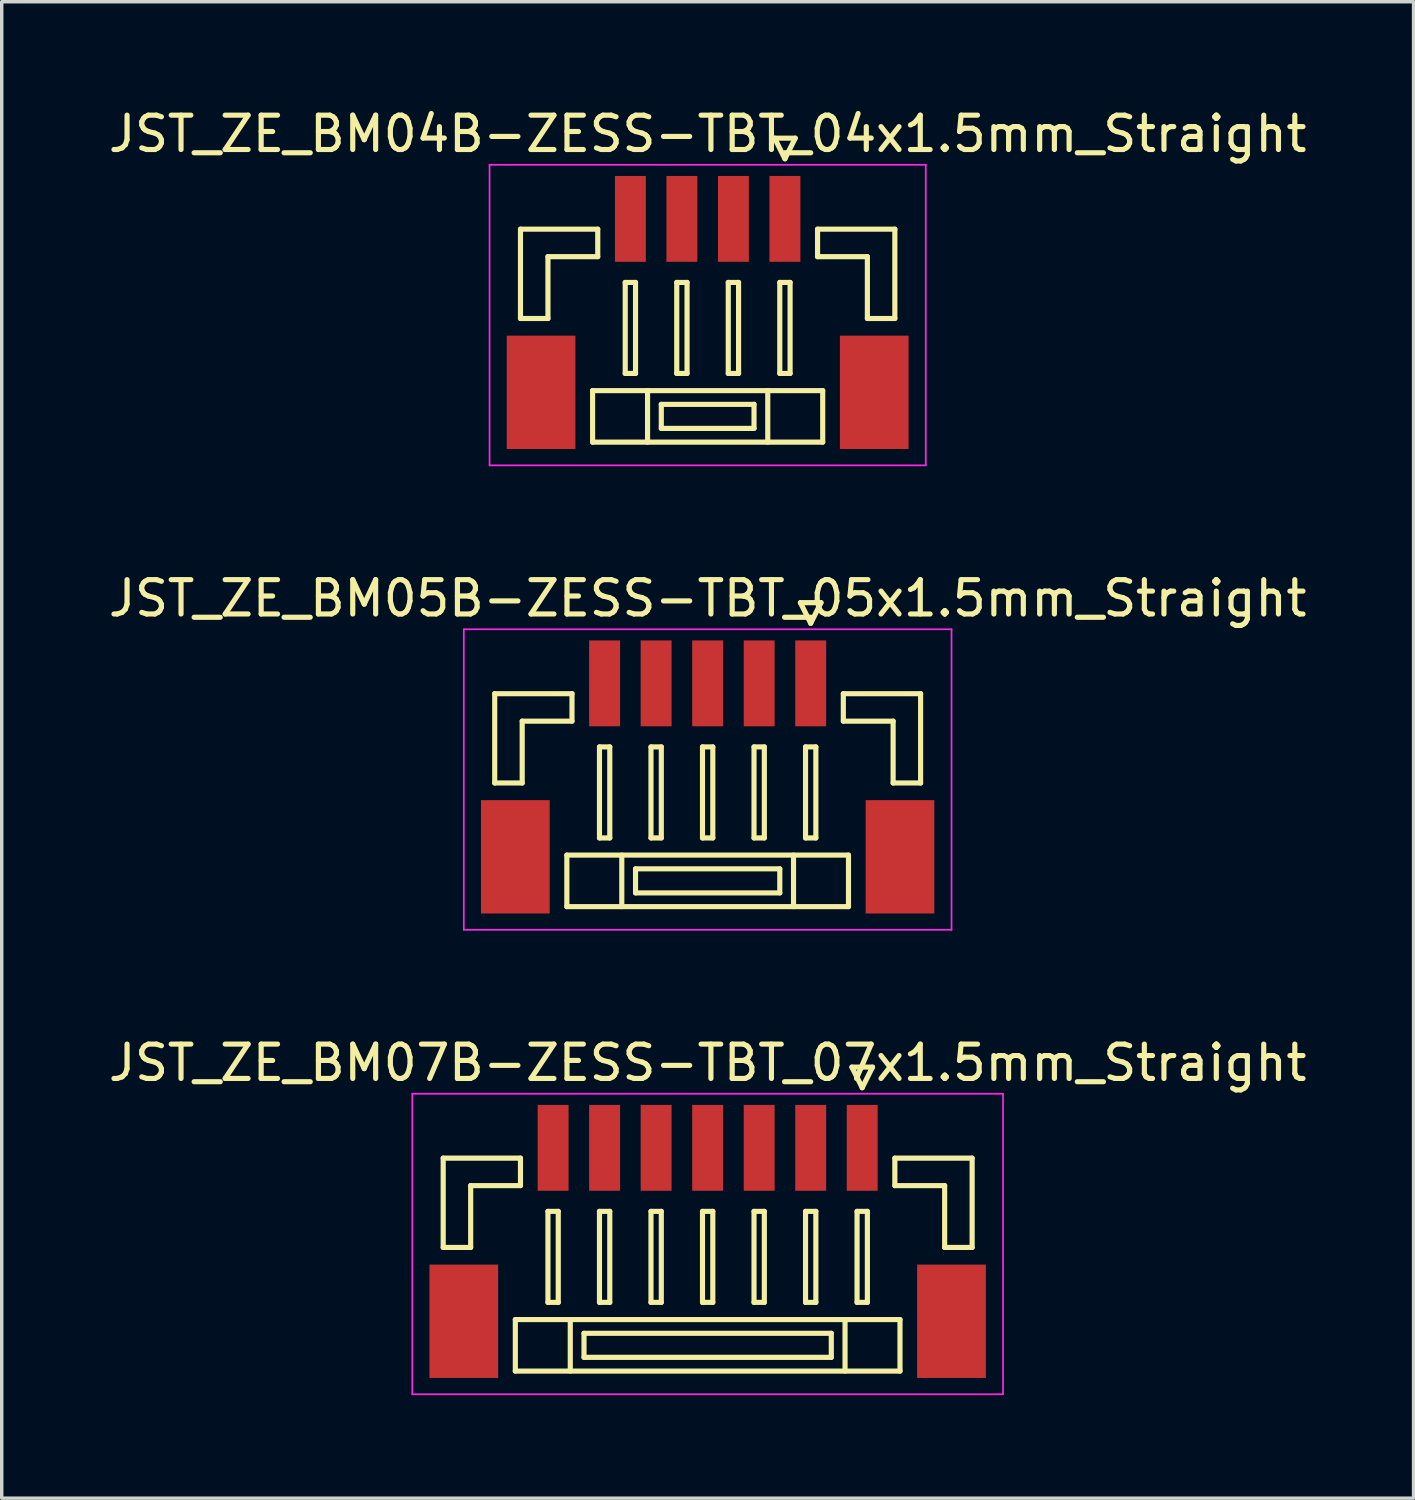
<source format=kicad_pcb>
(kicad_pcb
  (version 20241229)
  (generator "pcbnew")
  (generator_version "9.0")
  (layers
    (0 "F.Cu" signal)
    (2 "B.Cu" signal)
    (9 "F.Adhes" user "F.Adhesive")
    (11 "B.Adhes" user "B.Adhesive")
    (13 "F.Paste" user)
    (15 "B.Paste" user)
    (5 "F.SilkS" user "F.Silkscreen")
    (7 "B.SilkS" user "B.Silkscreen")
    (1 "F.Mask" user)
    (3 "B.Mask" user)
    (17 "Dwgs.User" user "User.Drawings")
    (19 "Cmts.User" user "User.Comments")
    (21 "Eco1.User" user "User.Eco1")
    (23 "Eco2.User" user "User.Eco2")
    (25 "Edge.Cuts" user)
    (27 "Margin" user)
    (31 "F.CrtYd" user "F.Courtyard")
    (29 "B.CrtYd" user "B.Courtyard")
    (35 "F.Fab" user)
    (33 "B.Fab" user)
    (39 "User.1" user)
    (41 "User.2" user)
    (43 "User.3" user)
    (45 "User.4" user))
  (footprint "JST_ZE_BM07B-ZESS-TBT_07x1.5mm_Straight"
    (layer "F.Cu")
    (at 17.554 32.895)
    (property "Reference" "JST_ZE_BM07B-ZESS-TBT_07x1.5mm_Straight" (at 0 -5 0) (layer "F.SilkS") (effects (font (size 1 1) (thickness 0.15))))
    (attr smd)
    (fp_line (start -7.7 -2.225) (end -7.7 0.375) (stroke (width 0.15) (type solid)) (layer "F.SilkS"))
    (fp_line (start -7.7 0.375) (end -6.9 0.375) (stroke (width 0.15) (type solid)) (layer "F.SilkS"))
    (fp_line (start -6.9 -1.425) (end -5.45 -1.425) (stroke (width 0.15) (type solid)) (layer "F.SilkS"))
    (fp_line (start -6.9 0.375) (end -6.9 -1.425) (stroke (width 0.15) (type solid)) (layer "F.SilkS"))
    (fp_line (start -5.6 2.475) (end -5.6 3.975) (stroke (width 0.15) (type solid)) (layer "F.SilkS"))
    (fp_line (start -5.6 3.975) (end 5.6 3.975) (stroke (width 0.15) (type solid)) (layer "F.SilkS"))
    (fp_line (start -5.45 -2.225) (end -7.7 -2.225) (stroke (width 0.15) (type solid)) (layer "F.SilkS"))
    (fp_line (start -5.45 -1.425) (end -5.45 -2.225) (stroke (width 0.15) (type solid)) (layer "F.SilkS"))
    (fp_line (start -4.65 -0.675) (end -4.65 1.975) (stroke (width 0.15) (type solid)) (layer "F.SilkS"))
    (fp_line (start -4.65 1.975) (end -4.35 1.975) (stroke (width 0.15) (type solid)) (layer "F.SilkS"))
    (fp_line (start -4.35 -0.675) (end -4.65 -0.675) (stroke (width 0.15) (type solid)) (layer "F.SilkS"))
    (fp_line (start -4.35 1.975) (end -4.35 -0.675) (stroke (width 0.15) (type solid)) (layer "F.SilkS"))
    (fp_line (start -4 2.475) (end -4 3.975) (stroke (width 0.15) (type solid)) (layer "F.SilkS"))
    (fp_line (start -3.6 2.875) (end -3.6 3.575) (stroke (width 0.15) (type solid)) (layer "F.SilkS"))
    (fp_line (start -3.6 3.575) (end 3.6 3.575) (stroke (width 0.15) (type solid)) (layer "F.SilkS"))
    (fp_line (start -3.15 -0.675) (end -3.15 1.975) (stroke (width 0.15) (type solid)) (layer "F.SilkS"))
    (fp_line (start -3.15 1.975) (end -2.85 1.975) (stroke (width 0.15) (type solid)) (layer "F.SilkS"))
    (fp_line (start -2.85 -0.675) (end -3.15 -0.675) (stroke (width 0.15) (type solid)) (layer "F.SilkS"))
    (fp_line (start -2.85 1.975) (end -2.85 -0.675) (stroke (width 0.15) (type solid)) (layer "F.SilkS"))
    (fp_line (start -1.65 -0.675) (end -1.65 1.975) (stroke (width 0.15) (type solid)) (layer "F.SilkS"))
    (fp_line (start -1.65 1.975) (end -1.35 1.975) (stroke (width 0.15) (type solid)) (layer "F.SilkS"))
    (fp_line (start -1.35 -0.675) (end -1.65 -0.675) (stroke (width 0.15) (type solid)) (layer "F.SilkS"))
    (fp_line (start -1.35 1.975) (end -1.35 -0.675) (stroke (width 0.15) (type solid)) (layer "F.SilkS"))
    (fp_line (start -0.15 -0.675) (end -0.15 1.975) (stroke (width 0.15) (type solid)) (layer "F.SilkS"))
    (fp_line (start -0.15 1.975) (end 0.15 1.975) (stroke (width 0.15) (type solid)) (layer "F.SilkS"))
    (fp_line (start 0.15 -0.675) (end -0.15 -0.675) (stroke (width 0.15) (type solid)) (layer "F.SilkS"))
    (fp_line (start 0.15 1.975) (end 0.15 -0.675) (stroke (width 0.15) (type solid)) (layer "F.SilkS"))
    (fp_line (start 1.35 -0.675) (end 1.35 1.975) (stroke (width 0.15) (type solid)) (layer "F.SilkS"))
    (fp_line (start 1.35 1.975) (end 1.65 1.975) (stroke (width 0.15) (type solid)) (layer "F.SilkS"))
    (fp_line (start 1.65 -0.675) (end 1.35 -0.675) (stroke (width 0.15) (type solid)) (layer "F.SilkS"))
    (fp_line (start 1.65 1.975) (end 1.65 -0.675) (stroke (width 0.15) (type solid)) (layer "F.SilkS"))
    (fp_line (start 2.85 -0.675) (end 2.85 1.975) (stroke (width 0.15) (type solid)) (layer "F.SilkS"))
    (fp_line (start 2.85 1.975) (end 3.15 1.975) (stroke (width 0.15) (type solid)) (layer "F.SilkS"))
    (fp_line (start 3.15 -0.675) (end 2.85 -0.675) (stroke (width 0.15) (type solid)) (layer "F.SilkS"))
    (fp_line (start 3.15 1.975) (end 3.15 -0.675) (stroke (width 0.15) (type solid)) (layer "F.SilkS"))
    (fp_line (start 3.6 2.875) (end -3.6 2.875) (stroke (width 0.15) (type solid)) (layer "F.SilkS"))
    (fp_line (start 3.6 3.575) (end 3.6 2.875) (stroke (width 0.15) (type solid)) (layer "F.SilkS"))
    (fp_line (start 4 2.475) (end 4 3.975) (stroke (width 0.15) (type solid)) (layer "F.SilkS"))
    (fp_line (start 4.2 -4.875) (end 4.5 -4.275) (stroke (width 0.15) (type solid)) (layer "F.SilkS"))
    (fp_line (start 4.35 -0.675) (end 4.35 1.975) (stroke (width 0.15) (type solid)) (layer "F.SilkS"))
    (fp_line (start 4.35 1.975) (end 4.65 1.975) (stroke (width 0.15) (type solid)) (layer "F.SilkS"))
    (fp_line (start 4.5 -4.275) (end 4.8 -4.875) (stroke (width 0.15) (type solid)) (layer "F.SilkS"))
    (fp_line (start 4.65 -0.675) (end 4.35 -0.675) (stroke (width 0.15) (type solid)) (layer "F.SilkS"))
    (fp_line (start 4.65 1.975) (end 4.65 -0.675) (stroke (width 0.15) (type solid)) (layer "F.SilkS"))
    (fp_line (start 4.8 -4.875) (end 4.2 -4.875) (stroke (width 0.15) (type solid)) (layer "F.SilkS"))
    (fp_line (start 5.45 -2.225) (end 7.7 -2.225) (stroke (width 0.15) (type solid)) (layer "F.SilkS"))
    (fp_line (start 5.45 -1.425) (end 5.45 -2.225) (stroke (width 0.15) (type solid)) (layer "F.SilkS"))
    (fp_line (start 5.6 2.475) (end -5.6 2.475) (stroke (width 0.15) (type solid)) (layer "F.SilkS"))
    (fp_line (start 5.6 3.975) (end 5.6 2.475) (stroke (width 0.15) (type solid)) (layer "F.SilkS"))
    (fp_line (start 6.9 -1.425) (end 5.45 -1.425) (stroke (width 0.15) (type solid)) (layer "F.SilkS"))
    (fp_line (start 6.9 0.375) (end 6.9 -1.425) (stroke (width 0.15) (type solid)) (layer "F.SilkS"))
    (fp_line (start 7.7 -2.225) (end 7.7 0.375) (stroke (width 0.15) (type solid)) (layer "F.SilkS"))
    (fp_line (start 7.7 0.375) (end 6.9 0.375) (stroke (width 0.15) (type solid)) (layer "F.SilkS"))
    (fp_line (start -8.6 -4.1) (end -8.6 4.65) (stroke (width 0.05) (type solid)) (layer "F.CrtYd"))
    (fp_line (start -8.6 4.65) (end 8.6 4.65) (stroke (width 0.05) (type solid)) (layer "F.CrtYd"))
    (fp_line (start 8.6 -4.1) (end -8.6 -4.1) (stroke (width 0.05) (type solid)) (layer "F.CrtYd"))
    (fp_line (start 8.6 4.65) (end 8.6 -4.1) (stroke (width 0.05) (type solid)) (layer "F.CrtYd"))
    (pad "" smd rect (at -7.1 2.525) (size 2 3.3) (layers "F.Cu" "F.Mask" "F.Paste"))
    (pad "" smd rect (at 7.1 2.525) (size 2 3.3) (layers "F.Cu" "F.Mask" "F.Paste"))
    (pad "1" smd rect (at 4.5 -2.525) (size 0.9 2.5) (layers "F.Cu" "F.Mask" "F.Paste"))
    (pad "2" smd rect (at 3 -2.525) (size 0.9 2.5) (layers "F.Cu" "F.Mask" "F.Paste"))
    (pad "3" smd rect (at 1.5 -2.525) (size 0.9 2.5) (layers "F.Cu" "F.Mask" "F.Paste"))
    (pad "4" smd rect (at 0 -2.525) (size 0.9 2.5) (layers "F.Cu" "F.Mask" "F.Paste"))
    (pad "5" smd rect (at -1.5 -2.525) (size 0.9 2.5) (layers "F.Cu" "F.Mask" "F.Paste"))
    (pad "6" smd rect (at -3 -2.525) (size 0.9 2.5) (layers "F.Cu" "F.Mask" "F.Paste"))
    (pad "7" smd rect (at -4.5 -2.525) (size 0.9 2.5) (layers "F.Cu" "F.Mask" "F.Paste")))
  (footprint "JST_ZE_BM04B-ZESS-TBT_04x1.5mm_Straight"
    (layer "F.Cu")
    (at 17.554 5.848)
    (property "Reference" "JST_ZE_BM04B-ZESS-TBT_04x1.5mm_Straight" (at 0 -5 0) (layer "F.SilkS") (effects (font (size 1 1) (thickness 0.15))))
    (attr smd)
    (fp_line (start -5.45 -2.225) (end -5.45 0.375) (stroke (width 0.15) (type solid)) (layer "F.SilkS"))
    (fp_line (start -5.45 0.375) (end -4.65 0.375) (stroke (width 0.15) (type solid)) (layer "F.SilkS"))
    (fp_line (start -4.65 -1.425) (end -3.2 -1.425) (stroke (width 0.15) (type solid)) (layer "F.SilkS"))
    (fp_line (start -4.65 0.375) (end -4.65 -1.425) (stroke (width 0.15) (type solid)) (layer "F.SilkS"))
    (fp_line (start -3.35 2.475) (end -3.35 3.975) (stroke (width 0.15) (type solid)) (layer "F.SilkS"))
    (fp_line (start -3.35 3.975) (end 3.35 3.975) (stroke (width 0.15) (type solid)) (layer "F.SilkS"))
    (fp_line (start -3.2 -2.225) (end -5.45 -2.225) (stroke (width 0.15) (type solid)) (layer "F.SilkS"))
    (fp_line (start -3.2 -1.425) (end -3.2 -2.225) (stroke (width 0.15) (type solid)) (layer "F.SilkS"))
    (fp_line (start -2.4 -0.675) (end -2.4 1.975) (stroke (width 0.15) (type solid)) (layer "F.SilkS"))
    (fp_line (start -2.4 1.975) (end -2.1 1.975) (stroke (width 0.15) (type solid)) (layer "F.SilkS"))
    (fp_line (start -2.1 -0.675) (end -2.4 -0.675) (stroke (width 0.15) (type solid)) (layer "F.SilkS"))
    (fp_line (start -2.1 1.975) (end -2.1 -0.675) (stroke (width 0.15) (type solid)) (layer "F.SilkS"))
    (fp_line (start -1.75 2.475) (end -1.75 3.975) (stroke (width 0.15) (type solid)) (layer "F.SilkS"))
    (fp_line (start -1.35 2.875) (end -1.35 3.575) (stroke (width 0.15) (type solid)) (layer "F.SilkS"))
    (fp_line (start -1.35 3.575) (end 1.35 3.575) (stroke (width 0.15) (type solid)) (layer "F.SilkS"))
    (fp_line (start -0.9 -0.675) (end -0.9 1.975) (stroke (width 0.15) (type solid)) (layer "F.SilkS"))
    (fp_line (start -0.9 1.975) (end -0.6 1.975) (stroke (width 0.15) (type solid)) (layer "F.SilkS"))
    (fp_line (start -0.6 -0.675) (end -0.9 -0.675) (stroke (width 0.15) (type solid)) (layer "F.SilkS"))
    (fp_line (start -0.6 1.975) (end -0.6 -0.675) (stroke (width 0.15) (type solid)) (layer "F.SilkS"))
    (fp_line (start 0.6 -0.675) (end 0.6 1.975) (stroke (width 0.15) (type solid)) (layer "F.SilkS"))
    (fp_line (start 0.6 1.975) (end 0.9 1.975) (stroke (width 0.15) (type solid)) (layer "F.SilkS"))
    (fp_line (start 0.9 -0.675) (end 0.6 -0.675) (stroke (width 0.15) (type solid)) (layer "F.SilkS"))
    (fp_line (start 0.9 1.975) (end 0.9 -0.675) (stroke (width 0.15) (type solid)) (layer "F.SilkS"))
    (fp_line (start 1.35 2.875) (end -1.35 2.875) (stroke (width 0.15) (type solid)) (layer "F.SilkS"))
    (fp_line (start 1.35 3.575) (end 1.35 2.875) (stroke (width 0.15) (type solid)) (layer "F.SilkS"))
    (fp_line (start 1.75 2.475) (end 1.75 3.975) (stroke (width 0.15) (type solid)) (layer "F.SilkS"))
    (fp_line (start 1.95 -4.875) (end 2.25 -4.275) (stroke (width 0.15) (type solid)) (layer "F.SilkS"))
    (fp_line (start 2.1 -0.675) (end 2.1 1.975) (stroke (width 0.15) (type solid)) (layer "F.SilkS"))
    (fp_line (start 2.1 1.975) (end 2.4 1.975) (stroke (width 0.15) (type solid)) (layer "F.SilkS"))
    (fp_line (start 2.25 -4.275) (end 2.55 -4.875) (stroke (width 0.15) (type solid)) (layer "F.SilkS"))
    (fp_line (start 2.4 -0.675) (end 2.1 -0.675) (stroke (width 0.15) (type solid)) (layer "F.SilkS"))
    (fp_line (start 2.4 1.975) (end 2.4 -0.675) (stroke (width 0.15) (type solid)) (layer "F.SilkS"))
    (fp_line (start 2.55 -4.875) (end 1.95 -4.875) (stroke (width 0.15) (type solid)) (layer "F.SilkS"))
    (fp_line (start 3.2 -2.225) (end 5.45 -2.225) (stroke (width 0.15) (type solid)) (layer "F.SilkS"))
    (fp_line (start 3.2 -1.425) (end 3.2 -2.225) (stroke (width 0.15) (type solid)) (layer "F.SilkS"))
    (fp_line (start 3.35 2.475) (end -3.35 2.475) (stroke (width 0.15) (type solid)) (layer "F.SilkS"))
    (fp_line (start 3.35 3.975) (end 3.35 2.475) (stroke (width 0.15) (type solid)) (layer "F.SilkS"))
    (fp_line (start 4.65 -1.425) (end 3.2 -1.425) (stroke (width 0.15) (type solid)) (layer "F.SilkS"))
    (fp_line (start 4.65 0.375) (end 4.65 -1.425) (stroke (width 0.15) (type solid)) (layer "F.SilkS"))
    (fp_line (start 5.45 -2.225) (end 5.45 0.375) (stroke (width 0.15) (type solid)) (layer "F.SilkS"))
    (fp_line (start 5.45 0.375) (end 4.65 0.375) (stroke (width 0.15) (type solid)) (layer "F.SilkS"))
    (fp_line (start -6.35 -4.1) (end -6.35 4.65) (stroke (width 0.05) (type solid)) (layer "F.CrtYd"))
    (fp_line (start -6.35 4.65) (end 6.35 4.65) (stroke (width 0.05) (type solid)) (layer "F.CrtYd"))
    (fp_line (start 6.35 -4.1) (end -6.35 -4.1) (stroke (width 0.05) (type solid)) (layer "F.CrtYd"))
    (fp_line (start 6.35 4.65) (end 6.35 -4.1) (stroke (width 0.05) (type solid)) (layer "F.CrtYd"))
    (pad "" smd rect (at -4.85 2.525) (size 2 3.3) (layers "F.Cu" "F.Mask" "F.Paste"))
    (pad "" smd rect (at 4.85 2.525) (size 2 3.3) (layers "F.Cu" "F.Mask" "F.Paste"))
    (pad "1" smd rect (at 2.25 -2.525) (size 0.9 2.5) (layers "F.Cu" "F.Mask" "F.Paste"))
    (pad "2" smd rect (at 0.75 -2.525) (size 0.9 2.5) (layers "F.Cu" "F.Mask" "F.Paste"))
    (pad "3" smd rect (at -0.75 -2.525) (size 0.9 2.5) (layers "F.Cu" "F.Mask" "F.Paste"))
    (pad "4" smd rect (at -2.25 -2.525) (size 0.9 2.5) (layers "F.Cu" "F.Mask" "F.Paste")))
  (footprint "JST_ZE_BM05B-ZESS-TBT_05x1.5mm_Straight"
    (layer "F.Cu")
    (at 17.554 19.372)
    (property "Reference" "JST_ZE_BM05B-ZESS-TBT_05x1.5mm_Straight" (at 0 -5 0) (layer "F.SilkS") (effects (font (size 1 1) (thickness 0.15))))
    (attr smd)
    (fp_line (start -6.2 -2.225) (end -6.2 0.375) (stroke (width 0.15) (type solid)) (layer "F.SilkS"))
    (fp_line (start -6.2 0.375) (end -5.4 0.375) (stroke (width 0.15) (type solid)) (layer "F.SilkS"))
    (fp_line (start -5.4 -1.425) (end -3.95 -1.425) (stroke (width 0.15) (type solid)) (layer "F.SilkS"))
    (fp_line (start -5.4 0.375) (end -5.4 -1.425) (stroke (width 0.15) (type solid)) (layer "F.SilkS"))
    (fp_line (start -4.1 2.475) (end -4.1 3.975) (stroke (width 0.15) (type solid)) (layer "F.SilkS"))
    (fp_line (start -4.1 3.975) (end 4.1 3.975) (stroke (width 0.15) (type solid)) (layer "F.SilkS"))
    (fp_line (start -3.95 -2.225) (end -6.2 -2.225) (stroke (width 0.15) (type solid)) (layer "F.SilkS"))
    (fp_line (start -3.95 -1.425) (end -3.95 -2.225) (stroke (width 0.15) (type solid)) (layer "F.SilkS"))
    (fp_line (start -3.15 -0.675) (end -3.15 1.975) (stroke (width 0.15) (type solid)) (layer "F.SilkS"))
    (fp_line (start -3.15 1.975) (end -2.85 1.975) (stroke (width 0.15) (type solid)) (layer "F.SilkS"))
    (fp_line (start -2.85 -0.675) (end -3.15 -0.675) (stroke (width 0.15) (type solid)) (layer "F.SilkS"))
    (fp_line (start -2.85 1.975) (end -2.85 -0.675) (stroke (width 0.15) (type solid)) (layer "F.SilkS"))
    (fp_line (start -2.5 2.475) (end -2.5 3.975) (stroke (width 0.15) (type solid)) (layer "F.SilkS"))
    (fp_line (start -2.1 2.875) (end -2.1 3.575) (stroke (width 0.15) (type solid)) (layer "F.SilkS"))
    (fp_line (start -2.1 3.575) (end 2.1 3.575) (stroke (width 0.15) (type solid)) (layer "F.SilkS"))
    (fp_line (start -1.65 -0.675) (end -1.65 1.975) (stroke (width 0.15) (type solid)) (layer "F.SilkS"))
    (fp_line (start -1.65 1.975) (end -1.35 1.975) (stroke (width 0.15) (type solid)) (layer "F.SilkS"))
    (fp_line (start -1.35 -0.675) (end -1.65 -0.675) (stroke (width 0.15) (type solid)) (layer "F.SilkS"))
    (fp_line (start -1.35 1.975) (end -1.35 -0.675) (stroke (width 0.15) (type solid)) (layer "F.SilkS"))
    (fp_line (start -0.15 -0.675) (end -0.15 1.975) (stroke (width 0.15) (type solid)) (layer "F.SilkS"))
    (fp_line (start -0.15 1.975) (end 0.15 1.975) (stroke (width 0.15) (type solid)) (layer "F.SilkS"))
    (fp_line (start 0.15 -0.675) (end -0.15 -0.675) (stroke (width 0.15) (type solid)) (layer "F.SilkS"))
    (fp_line (start 0.15 1.975) (end 0.15 -0.675) (stroke (width 0.15) (type solid)) (layer "F.SilkS"))
    (fp_line (start 1.35 -0.675) (end 1.35 1.975) (stroke (width 0.15) (type solid)) (layer "F.SilkS"))
    (fp_line (start 1.35 1.975) (end 1.65 1.975) (stroke (width 0.15) (type solid)) (layer "F.SilkS"))
    (fp_line (start 1.65 -0.675) (end 1.35 -0.675) (stroke (width 0.15) (type solid)) (layer "F.SilkS"))
    (fp_line (start 1.65 1.975) (end 1.65 -0.675) (stroke (width 0.15) (type solid)) (layer "F.SilkS"))
    (fp_line (start 2.1 2.875) (end -2.1 2.875) (stroke (width 0.15) (type solid)) (layer "F.SilkS"))
    (fp_line (start 2.1 3.575) (end 2.1 2.875) (stroke (width 0.15) (type solid)) (layer "F.SilkS"))
    (fp_line (start 2.5 2.475) (end 2.5 3.975) (stroke (width 0.15) (type solid)) (layer "F.SilkS"))
    (fp_line (start 2.7 -4.875) (end 3 -4.275) (stroke (width 0.15) (type solid)) (layer "F.SilkS"))
    (fp_line (start 2.85 -0.675) (end 2.85 1.975) (stroke (width 0.15) (type solid)) (layer "F.SilkS"))
    (fp_line (start 2.85 1.975) (end 3.15 1.975) (stroke (width 0.15) (type solid)) (layer "F.SilkS"))
    (fp_line (start 3 -4.275) (end 3.3 -4.875) (stroke (width 0.15) (type solid)) (layer "F.SilkS"))
    (fp_line (start 3.15 -0.675) (end 2.85 -0.675) (stroke (width 0.15) (type solid)) (layer "F.SilkS"))
    (fp_line (start 3.15 1.975) (end 3.15 -0.675) (stroke (width 0.15) (type solid)) (layer "F.SilkS"))
    (fp_line (start 3.3 -4.875) (end 2.7 -4.875) (stroke (width 0.15) (type solid)) (layer "F.SilkS"))
    (fp_line (start 3.95 -2.225) (end 6.2 -2.225) (stroke (width 0.15) (type solid)) (layer "F.SilkS"))
    (fp_line (start 3.95 -1.425) (end 3.95 -2.225) (stroke (width 0.15) (type solid)) (layer "F.SilkS"))
    (fp_line (start 4.1 2.475) (end -4.1 2.475) (stroke (width 0.15) (type solid)) (layer "F.SilkS"))
    (fp_line (start 4.1 3.975) (end 4.1 2.475) (stroke (width 0.15) (type solid)) (layer "F.SilkS"))
    (fp_line (start 5.4 -1.425) (end 3.95 -1.425) (stroke (width 0.15) (type solid)) (layer "F.SilkS"))
    (fp_line (start 5.4 0.375) (end 5.4 -1.425) (stroke (width 0.15) (type solid)) (layer "F.SilkS"))
    (fp_line (start 6.2 -2.225) (end 6.2 0.375) (stroke (width 0.15) (type solid)) (layer "F.SilkS"))
    (fp_line (start 6.2 0.375) (end 5.4 0.375) (stroke (width 0.15) (type solid)) (layer "F.SilkS"))
    (fp_line (start -7.1 -4.1) (end -7.1 4.65) (stroke (width 0.05) (type solid)) (layer "F.CrtYd"))
    (fp_line (start -7.1 4.65) (end 7.1 4.65) (stroke (width 0.05) (type solid)) (layer "F.CrtYd"))
    (fp_line (start 7.1 -4.1) (end -7.1 -4.1) (stroke (width 0.05) (type solid)) (layer "F.CrtYd"))
    (fp_line (start 7.1 4.65) (end 7.1 -4.1) (stroke (width 0.05) (type solid)) (layer "F.CrtYd"))
    (pad "" smd rect (at -5.6 2.525) (size 2 3.3) (layers "F.Cu" "F.Mask" "F.Paste"))
    (pad "" smd rect (at 5.6 2.525) (size 2 3.3) (layers "F.Cu" "F.Mask" "F.Paste"))
    (pad "1" smd rect (at 3 -2.525) (size 0.9 2.5) (layers "F.Cu" "F.Mask" "F.Paste"))
    (pad "2" smd rect (at 1.5 -2.525) (size 0.9 2.5) (layers "F.Cu" "F.Mask" "F.Paste"))
    (pad "3" smd rect (at 0 -2.525) (size 0.9 2.5) (layers "F.Cu" "F.Mask" "F.Paste"))
    (pad "4" smd rect (at -1.5 -2.525) (size 0.9 2.5) (layers "F.Cu" "F.Mask" "F.Paste"))
    (pad "5" smd rect (at -3 -2.525) (size 0.9 2.5) (layers "F.Cu" "F.Mask" "F.Paste")))
  (gr_rect
    (start -3 -3)
    (end 38.107 40.57)
    (stroke (width 0.1) (type default))
    (fill no)
    (layer "Edge.Cuts")))
</source>
